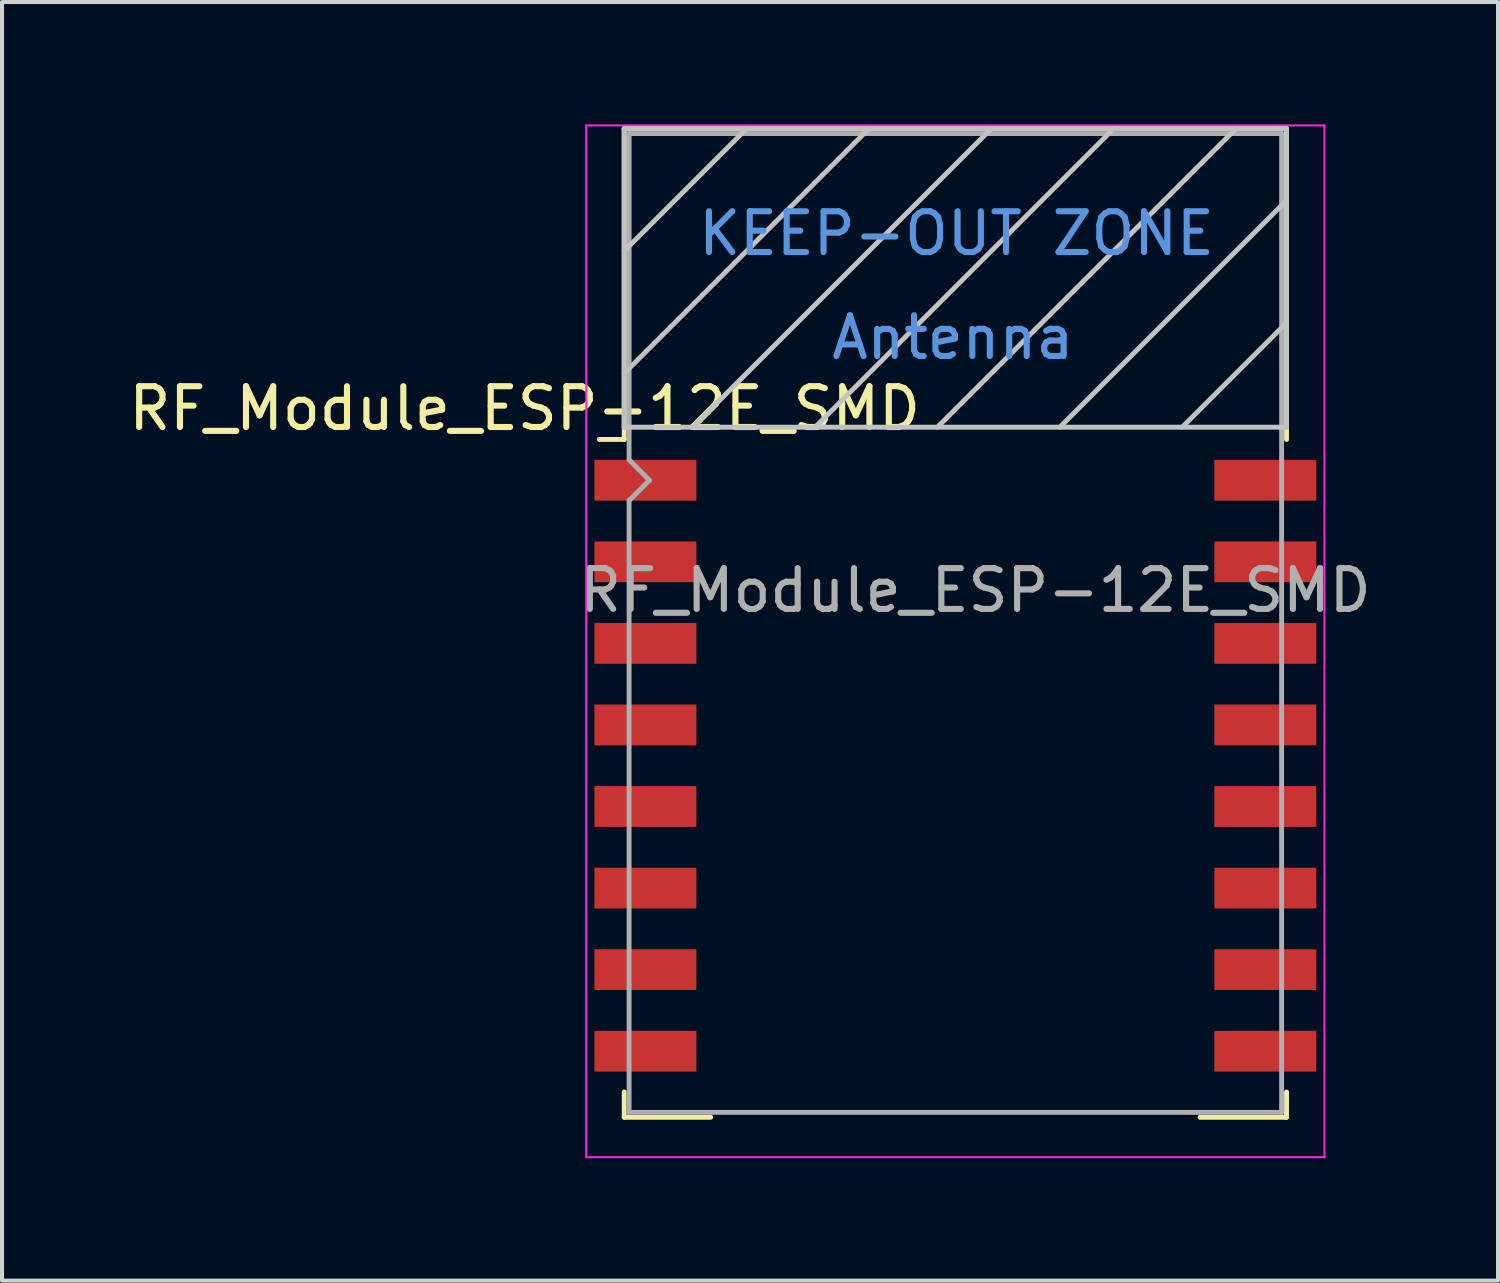
<source format=kicad_pcb>
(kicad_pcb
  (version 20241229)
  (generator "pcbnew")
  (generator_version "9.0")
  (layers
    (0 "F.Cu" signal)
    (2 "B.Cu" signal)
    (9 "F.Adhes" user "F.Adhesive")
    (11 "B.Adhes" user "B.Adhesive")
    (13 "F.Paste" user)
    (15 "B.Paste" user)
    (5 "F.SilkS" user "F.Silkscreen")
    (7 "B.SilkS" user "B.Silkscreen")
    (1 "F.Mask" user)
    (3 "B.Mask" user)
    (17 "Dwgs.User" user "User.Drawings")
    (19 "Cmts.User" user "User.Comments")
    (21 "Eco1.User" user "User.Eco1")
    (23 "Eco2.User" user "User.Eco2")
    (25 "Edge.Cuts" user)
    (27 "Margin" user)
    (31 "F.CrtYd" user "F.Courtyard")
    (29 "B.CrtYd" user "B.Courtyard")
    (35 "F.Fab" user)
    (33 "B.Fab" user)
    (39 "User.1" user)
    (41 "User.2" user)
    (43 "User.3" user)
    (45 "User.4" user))
  (footprint "RF_Module_ESP-12E_SMD"
    (layer "F.Cu")
    (at 20.375 12.225)
    (property "Reference" "RF_Module_ESP-12E_SMD" (at -10.56 -5.26 0) (layer "F.SilkS") (effects (font (size 1 1) (thickness 0.15))))
    (attr smd)
    (fp_line (start -8.12 -12.12) (end 8.12 -12.12) (stroke (width 0.12) (type solid)) (layer "F.SilkS"))
    (fp_line (start -8.12 -4.5) (end -8.73 -4.5) (stroke (width 0.12) (type solid)) (layer "F.SilkS"))
    (fp_line (start -8.12 -4.5) (end -8.12 -12.12) (stroke (width 0.12) (type solid)) (layer "F.SilkS"))
    (fp_line (start -8.12 12.12) (end -8.12 11.5) (stroke (width 0.12) (type solid)) (layer "F.SilkS"))
    (fp_line (start -6 12.12) (end -8.12 12.12) (stroke (width 0.12) (type solid)) (layer "F.SilkS"))
    (fp_line (start 8.12 -12.12) (end 8.12 -4.5) (stroke (width 0.12) (type solid)) (layer "F.SilkS"))
    (fp_line (start 8.12 11.5) (end 8.12 12.12) (stroke (width 0.12) (type solid)) (layer "F.SilkS"))
    (fp_line (start 8.12 12.12) (end 6 12.12) (stroke (width 0.12) (type solid)) (layer "F.SilkS"))
    (fp_line (start -8.12 -12.12) (end 8.12 -12.12) (stroke (width 0.12) (type solid)) (layer "Dwgs.User"))
    (fp_line (start -8.12 -9.12) (end -5.12 -12.12) (stroke (width 0.12) (type solid)) (layer "Dwgs.User"))
    (fp_line (start -8.12 -6.12) (end -2.12 -12.12) (stroke (width 0.12) (type solid)) (layer "Dwgs.User"))
    (fp_line (start -8.12 -4.8) (end -8.12 -12.12) (stroke (width 0.12) (type solid)) (layer "Dwgs.User"))
    (fp_line (start -6.44 -4.8) (end 0.88 -12.12) (stroke (width 0.12) (type solid)) (layer "Dwgs.User"))
    (fp_line (start -3.44 -4.8) (end 3.88 -12.12) (stroke (width 0.12) (type solid)) (layer "Dwgs.User"))
    (fp_line (start -0.44 -4.8) (end 6.88 -12.12) (stroke (width 0.12) (type solid)) (layer "Dwgs.User"))
    (fp_line (start 2.56 -4.8) (end 8.12 -10.36) (stroke (width 0.12) (type solid)) (layer "Dwgs.User"))
    (fp_line (start 5.56 -4.8) (end 8.12 -7.36) (stroke (width 0.12) (type solid)) (layer "Dwgs.User"))
    (fp_line (start 8.12 -12.12) (end 8.12 -4.8) (stroke (width 0.12) (type solid)) (layer "Dwgs.User"))
    (fp_line (start 8.12 -4.8) (end -8.12 -4.8) (stroke (width 0.12) (type solid)) (layer "Dwgs.User"))
    (fp_line (start -9.05 -12.2) (end 9.05 -12.2) (stroke (width 0.05) (type solid)) (layer "F.CrtYd"))
    (fp_line (start -9.05 13.1) (end -9.05 -12.2) (stroke (width 0.05) (type solid)) (layer "F.CrtYd"))
    (fp_line (start 9.05 -12.2) (end 9.05 13.1) (stroke (width 0.05) (type solid)) (layer "F.CrtYd"))
    (fp_line (start 9.05 13.1) (end -9.05 13.1) (stroke (width 0.05) (type solid)) (layer "F.CrtYd"))
    (fp_line (start -8 -12) (end 8 -12) (stroke (width 0.12) (type solid)) (layer "F.Fab"))
    (fp_line (start -8 -4) (end -8 -12) (stroke (width 0.12) (type solid)) (layer "F.Fab"))
    (fp_line (start -8 -3) (end -7.5 -3.5) (stroke (width 0.12) (type solid)) (layer "F.Fab"))
    (fp_line (start -8 12) (end -8 -3) (stroke (width 0.12) (type solid)) (layer "F.Fab"))
    (fp_line (start -7.5 -3.5) (end -8 -4) (stroke (width 0.12) (type solid)) (layer "F.Fab"))
    (fp_line (start 8 -12) (end 8 12) (stroke (width 0.12) (type solid)) (layer "F.Fab"))
    (fp_line (start 8 12) (end -8 12) (stroke (width 0.12) (type solid)) (layer "F.Fab"))
    (fp_text user "Antenna" (at -0.06 -7 180) (layer "Cmts.User") (effects (font (size 1 1) (thickness 0.15))))
    (fp_text user "KEEP-OUT ZONE" (at 0.03 -9.55 180) (layer "Cmts.User") (effects (font (size 1 1) (thickness 0.15))))
    (fp_text user "${REFERENCE}" (at 0.49 -0.8 0) (layer "F.Fab") (effects (font (size 1 1) (thickness 0.15))))
    (pad "1" smd rect (at -7.6 -3.5) (size 2.5 1) (layers "F.Cu" "F.Mask" "F.Paste"))
    (pad "2" smd rect (at -7.6 -1.5) (size 2.5 1) (layers "F.Cu" "F.Mask" "F.Paste"))
    (pad "3" smd rect (at -7.6 0.5) (size 2.5 1) (layers "F.Cu" "F.Mask" "F.Paste"))
    (pad "4" smd rect (at -7.6 2.5) (size 2.5 1) (layers "F.Cu" "F.Mask" "F.Paste"))
    (pad "5" smd rect (at -7.6 4.5) (size 2.5 1) (layers "F.Cu" "F.Mask" "F.Paste"))
    (pad "6" smd rect (at -7.6 6.5) (size 2.5 1) (layers "F.Cu" "F.Mask" "F.Paste"))
    (pad "7" smd rect (at -7.6 8.5) (size 2.5 1) (layers "F.Cu" "F.Mask" "F.Paste"))
    (pad "8" smd rect (at -7.6 10.5) (size 2.5 1) (layers "F.Cu" "F.Mask" "F.Paste"))
    (pad "15" smd rect (at 7.6 10.5) (size 2.5 1) (layers "F.Cu" "F.Mask" "F.Paste"))
    (pad "16" smd rect (at 7.6 8.5) (size 2.5 1) (layers "F.Cu" "F.Mask" "F.Paste"))
    (pad "17" smd rect (at 7.6 6.5) (size 2.5 1) (layers "F.Cu" "F.Mask" "F.Paste"))
    (pad "18" smd rect (at 7.6 4.5) (size 2.5 1) (layers "F.Cu" "F.Mask" "F.Paste"))
    (pad "19" smd rect (at 7.6 2.5) (size 2.5 1) (layers "F.Cu" "F.Mask" "F.Paste"))
    (pad "20" smd rect (at 7.6 0.5) (size 2.5 1) (layers "F.Cu" "F.Mask" "F.Paste"))
    (pad "21" smd rect (at 7.6 -1.5) (size 2.5 1) (layers "F.Cu" "F.Mask" "F.Paste"))
    (pad "22" smd rect (at 7.6 -3.5) (size 2.5 1) (layers "F.Cu" "F.Mask" "F.Paste")))
  (gr_rect
    (start -3 -3)
    (end 33.681 28.35)
    (stroke (width 0.1) (type default))
    (fill no)
    (layer "Edge.Cuts")))
</source>
